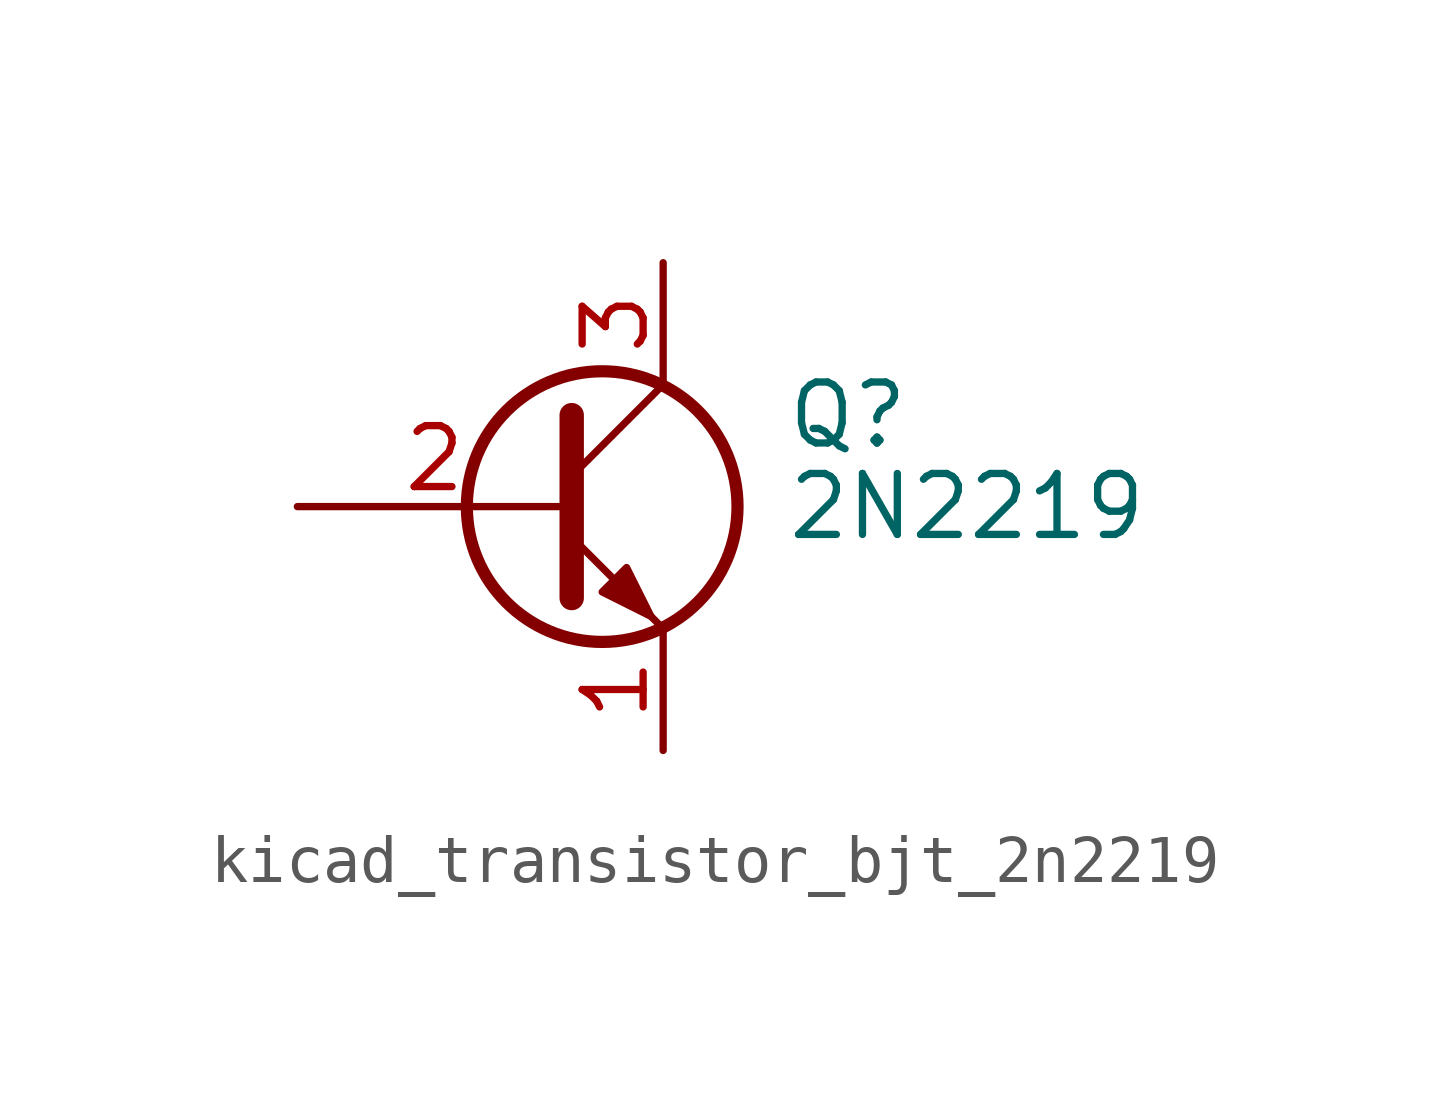
<source format=kicad_sym>
(kicad_symbol_lib
  (version 20220914)
  (generator kicad_symbol_editor)
  (symbol "kicad_transistor_bjt_2n2219"
    (pin_names
      (offset 0) hide)
    (property "Reference" "Q"
      (at 5.08 1.905 0)
      (effects (font (size 1.27 1.27)) (justify left)))
    (property "Value" "2N2219"
      (at 5.08 0 0)
      (effects (font (size 1.27 1.27)) (justify left)))
    (symbol "kicad_transistor_bjt_2n2219_0_1"
      (polyline (pts (xy 0.635 0.635) (xy 2.54 2.54)) (stroke (width 0) (type default)) (fill (type none)))
      (polyline (pts (xy 0.635 -0.635) (xy 2.54 -2.54) (xy 2.54 -2.54)) (stroke (width 0) (type default)) (fill (type none)))
      (polyline (pts (xy 0.635 1.905) (xy 0.635 -1.905) (xy 0.635 -1.905)) (stroke (width 0.508) (type default)) (fill (type none)))
      (polyline (pts (xy 1.27 -1.778) (xy 1.778 -1.27) (xy 2.286 -2.286) (xy 1.27 -1.778) (xy 1.27 -1.778)) (stroke (width 0) (type default)) (fill (type outline)))
      (circle (center 1.27 0) (radius 2.819) (stroke (width 0.254) (type default)) (fill (type none))))
    (symbol "kicad_transistor_bjt_2n2219_1_1"
      (pin passive line (at 2.54 -5.08 90) (length 2.54) (name "E" (effects (font (size 1.27 1.27)))) (number "1" (effects (font (size 1.27 1.27)))))
      (pin passive line (at -5.08 0 0) (length 5.715) (name "B" (effects (font (size 1.27 1.27)))) (number "2" (effects (font (size 1.27 1.27)))))
      (pin passive line (at 2.54 5.08 270) (length 2.54) (name "C" (effects (font (size 1.27 1.27)))) (number "3" (effects (font (size 1.27 1.27))))))))
</source>
